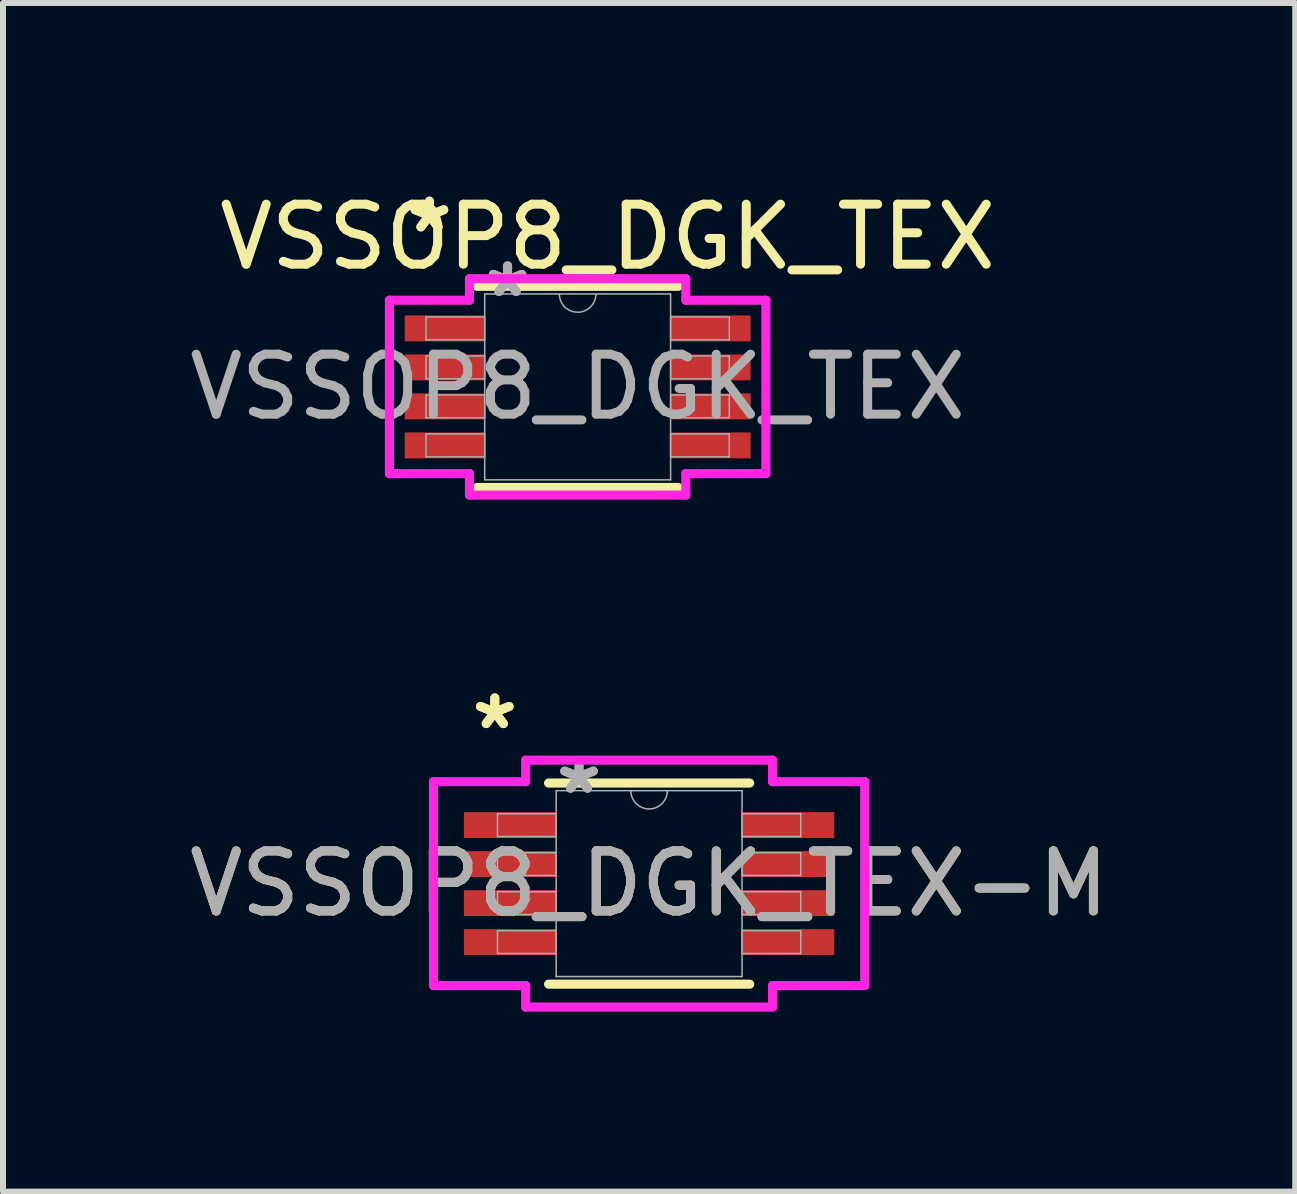
<source format=kicad_pcb>
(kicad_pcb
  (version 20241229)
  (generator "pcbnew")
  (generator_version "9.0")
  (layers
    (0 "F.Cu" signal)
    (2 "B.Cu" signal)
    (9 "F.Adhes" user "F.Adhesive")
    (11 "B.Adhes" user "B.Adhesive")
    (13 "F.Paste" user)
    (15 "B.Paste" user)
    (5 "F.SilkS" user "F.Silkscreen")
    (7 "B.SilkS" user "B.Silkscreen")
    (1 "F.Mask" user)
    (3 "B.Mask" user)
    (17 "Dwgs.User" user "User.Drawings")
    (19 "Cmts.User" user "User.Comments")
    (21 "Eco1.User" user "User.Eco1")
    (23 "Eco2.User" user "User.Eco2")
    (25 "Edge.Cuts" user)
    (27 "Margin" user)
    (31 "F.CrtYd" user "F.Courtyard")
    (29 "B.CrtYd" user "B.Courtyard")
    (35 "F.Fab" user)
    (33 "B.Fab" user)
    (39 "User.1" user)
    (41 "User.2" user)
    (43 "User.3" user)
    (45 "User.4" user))
  (footprint "VSSOP8_DGK_TEX-M"
    (layer "F.Cu")
    (at 7.768 11.676)
    (property "Reference" "VSSOP8_DGK_TEX-M" (at 0 0 0) (unlocked yes) (layer "F.SilkS") (effects (font (size 1 1) (thickness 0.15))))
    (attr smd)
    (fp_line (start -1.676 1.676) (end 1.676 1.676) (stroke (width 0.152) (type solid)) (layer "F.SilkS"))
    (fp_line (start 1.676 -1.676) (end -1.676 -1.676) (stroke (width 0.152) (type solid)) (layer "F.SilkS"))
    (fp_line (start -3.594 -1.699) (end -2.057 -1.699) (stroke (width 0.152) (type solid)) (layer "F.CrtYd"))
    (fp_line (start -3.594 1.699) (end -3.594 -1.699) (stroke (width 0.152) (type solid)) (layer "F.CrtYd"))
    (fp_line (start -3.594 1.699) (end -2.057 1.699) (stroke (width 0.152) (type solid)) (layer "F.CrtYd"))
    (fp_line (start -2.057 -2.057) (end 2.057 -2.057) (stroke (width 0.152) (type solid)) (layer "F.CrtYd"))
    (fp_line (start -2.057 -1.699) (end -2.057 -2.057) (stroke (width 0.152) (type solid)) (layer "F.CrtYd"))
    (fp_line (start -2.057 2.057) (end -2.057 1.699) (stroke (width 0.152) (type solid)) (layer "F.CrtYd"))
    (fp_line (start 2.057 -2.057) (end 2.057 -1.699) (stroke (width 0.152) (type solid)) (layer "F.CrtYd"))
    (fp_line (start 2.057 1.699) (end 2.057 2.057) (stroke (width 0.152) (type solid)) (layer "F.CrtYd"))
    (fp_line (start 2.057 2.057) (end -2.057 2.057) (stroke (width 0.152) (type solid)) (layer "F.CrtYd"))
    (fp_line (start 3.594 -1.699) (end 2.057 -1.699) (stroke (width 0.152) (type solid)) (layer "F.CrtYd"))
    (fp_line (start 3.594 -1.699) (end 3.594 1.699) (stroke (width 0.152) (type solid)) (layer "F.CrtYd"))
    (fp_line (start 3.594 1.699) (end 2.057 1.699) (stroke (width 0.152) (type solid)) (layer "F.CrtYd"))
    (fp_line (start -2.527 -1.165) (end -2.527 -0.784) (stroke (width 0.025) (type solid)) (layer "F.Fab"))
    (fp_line (start -2.527 -0.784) (end -1.549 -0.784) (stroke (width 0.025) (type solid)) (layer "F.Fab"))
    (fp_line (start -2.527 -0.515) (end -2.527 -0.135) (stroke (width 0.025) (type solid)) (layer "F.Fab"))
    (fp_line (start -2.527 -0.135) (end -1.549 -0.135) (stroke (width 0.025) (type solid)) (layer "F.Fab"))
    (fp_line (start -2.527 0.135) (end -2.527 0.515) (stroke (width 0.025) (type solid)) (layer "F.Fab"))
    (fp_line (start -2.527 0.515) (end -1.549 0.515) (stroke (width 0.025) (type solid)) (layer "F.Fab"))
    (fp_line (start -2.527 0.784) (end -2.527 1.165) (stroke (width 0.025) (type solid)) (layer "F.Fab"))
    (fp_line (start -2.527 1.165) (end -1.549 1.165) (stroke (width 0.025) (type solid)) (layer "F.Fab"))
    (fp_line (start -1.549 -1.549) (end -1.549 1.549) (stroke (width 0.025) (type solid)) (layer "F.Fab"))
    (fp_line (start -1.549 -1.165) (end -2.527 -1.165) (stroke (width 0.025) (type solid)) (layer "F.Fab"))
    (fp_line (start -1.549 -0.784) (end -1.549 -1.165) (stroke (width 0.025) (type solid)) (layer "F.Fab"))
    (fp_line (start -1.549 -0.515) (end -2.527 -0.515) (stroke (width 0.025) (type solid)) (layer "F.Fab"))
    (fp_line (start -1.549 -0.135) (end -1.549 -0.515) (stroke (width 0.025) (type solid)) (layer "F.Fab"))
    (fp_line (start -1.549 0.135) (end -2.527 0.135) (stroke (width 0.025) (type solid)) (layer "F.Fab"))
    (fp_line (start -1.549 0.515) (end -1.549 0.135) (stroke (width 0.025) (type solid)) (layer "F.Fab"))
    (fp_line (start -1.549 0.784) (end -2.527 0.784) (stroke (width 0.025) (type solid)) (layer "F.Fab"))
    (fp_line (start -1.549 1.165) (end -1.549 0.784) (stroke (width 0.025) (type solid)) (layer "F.Fab"))
    (fp_line (start -1.549 1.549) (end 1.549 1.549) (stroke (width 0.025) (type solid)) (layer "F.Fab"))
    (fp_line (start 1.549 -1.549) (end -1.549 -1.549) (stroke (width 0.025) (type solid)) (layer "F.Fab"))
    (fp_line (start 1.549 -1.165) (end 1.549 -0.784) (stroke (width 0.025) (type solid)) (layer "F.Fab"))
    (fp_line (start 1.549 -0.784) (end 2.527 -0.784) (stroke (width 0.025) (type solid)) (layer "F.Fab"))
    (fp_line (start 1.549 -0.515) (end 1.549 -0.135) (stroke (width 0.025) (type solid)) (layer "F.Fab"))
    (fp_line (start 1.549 -0.135) (end 2.527 -0.135) (stroke (width 0.025) (type solid)) (layer "F.Fab"))
    (fp_line (start 1.549 0.135) (end 1.549 0.515) (stroke (width 0.025) (type solid)) (layer "F.Fab"))
    (fp_line (start 1.549 0.515) (end 2.527 0.515) (stroke (width 0.025) (type solid)) (layer "F.Fab"))
    (fp_line (start 1.549 0.784) (end 1.549 1.165) (stroke (width 0.025) (type solid)) (layer "F.Fab"))
    (fp_line (start 1.549 1.165) (end 2.527 1.165) (stroke (width 0.025) (type solid)) (layer "F.Fab"))
    (fp_line (start 1.549 1.549) (end 1.549 -1.549) (stroke (width 0.025) (type solid)) (layer "F.Fab"))
    (fp_line (start 2.527 -1.165) (end 1.549 -1.165) (stroke (width 0.025) (type solid)) (layer "F.Fab"))
    (fp_line (start 2.527 -0.784) (end 2.527 -1.165) (stroke (width 0.025) (type solid)) (layer "F.Fab"))
    (fp_line (start 2.527 -0.515) (end 1.549 -0.515) (stroke (width 0.025) (type solid)) (layer "F.Fab"))
    (fp_line (start 2.527 -0.135) (end 2.527 -0.515) (stroke (width 0.025) (type solid)) (layer "F.Fab"))
    (fp_line (start 2.527 0.135) (end 1.549 0.135) (stroke (width 0.025) (type solid)) (layer "F.Fab"))
    (fp_line (start 2.527 0.515) (end 2.527 0.135) (stroke (width 0.025) (type solid)) (layer "F.Fab"))
    (fp_line (start 2.527 0.784) (end 1.549 0.784) (stroke (width 0.025) (type solid)) (layer "F.Fab"))
    (fp_line (start 2.527 1.165) (end 2.527 0.784) (stroke (width 0.025) (type solid)) (layer "F.Fab"))
    (fp_arc (start 0.3048 -1.5494) (mid 0 -1.2446) (end -0.3048 -1.5494) (stroke (width 0.0254) (type solid)) (layer "F.Fab"))
    (fp_text user "*" (at -2.572 -2.55 0) (layer "F.SilkS") (effects (font (size 1 1) (thickness 0.15))))
    (fp_text user "*" (at -2.572 -2.55 0) (unlocked yes) (layer "F.SilkS") (effects (font (size 1 1) (thickness 0.15))))
    (fp_text user "*" (at -1.168 -1.473 0) (layer "F.Fab") (effects (font (size 1 1) (thickness 0.15))))
    (fp_text user "${REFERENCE}" (at 0 0 0) (unlocked yes) (layer "F.Fab") (effects (font (size 1 1) (thickness 0.15))))
    (fp_text user "*" (at -1.168 -1.473 0) (unlocked yes) (layer "F.Fab") (effects (font (size 1 1) (thickness 0.15))))
    (pad "1" smd rect (at -2.318 -0.975) (size 1.537 0.432) (layers "F.Cu" "F.Mask" "F.Paste"))
    (pad "2" smd rect (at -2.318 -0.325) (size 1.537 0.432) (layers "F.Cu" "F.Mask" "F.Paste"))
    (pad "3" smd rect (at -2.318 0.325) (size 1.537 0.432) (layers "F.Cu" "F.Mask" "F.Paste"))
    (pad "4" smd rect (at -2.318 0.975) (size 1.537 0.432) (layers "F.Cu" "F.Mask" "F.Paste"))
    (pad "5" smd rect (at 2.318 0.975) (size 1.537 0.432) (layers "F.Cu" "F.Mask" "F.Paste"))
    (pad "6" smd rect (at 2.318 0.325) (size 1.537 0.432) (layers "F.Cu" "F.Mask" "F.Paste"))
    (pad "7" smd rect (at 2.318 -0.325) (size 1.537 0.432) (layers "F.Cu" "F.Mask" "F.Paste"))
    (pad "8" smd rect (at 2.318 -0.975) (size 1.537 0.432) (layers "F.Cu" "F.Mask" "F.Paste")))
  (footprint "VSSOP8_DGK_TEX"
    (layer "F.Cu")
    (at 6.577 3.398)
    (property "Reference" "VSSOP8_DGK_TEX" (at 0.5 -2.5 0) (unlocked yes) (layer "F.SilkS") (effects (font (size 1 1) (thickness 0.15))))
    (attr smd)
    (fp_line (start -1.676 1.676) (end 1.676 1.676) (stroke (width 0.152) (type solid)) (layer "F.SilkS"))
    (fp_line (start 1.676 -1.676) (end -1.676 -1.676) (stroke (width 0.152) (type solid)) (layer "F.SilkS"))
    (fp_line (start -3.137 -1.445) (end -1.803 -1.445) (stroke (width 0.152) (type solid)) (layer "F.CrtYd"))
    (fp_line (start -3.137 1.445) (end -3.137 -1.445) (stroke (width 0.152) (type solid)) (layer "F.CrtYd"))
    (fp_line (start -3.137 1.445) (end -1.803 1.445) (stroke (width 0.152) (type solid)) (layer "F.CrtYd"))
    (fp_line (start -1.803 -1.803) (end 1.803 -1.803) (stroke (width 0.152) (type solid)) (layer "F.CrtYd"))
    (fp_line (start -1.803 -1.445) (end -1.803 -1.803) (stroke (width 0.152) (type solid)) (layer "F.CrtYd"))
    (fp_line (start -1.803 1.803) (end -1.803 1.445) (stroke (width 0.152) (type solid)) (layer "F.CrtYd"))
    (fp_line (start 1.803 -1.803) (end 1.803 -1.445) (stroke (width 0.152) (type solid)) (layer "F.CrtYd"))
    (fp_line (start 1.803 1.445) (end 1.803 1.803) (stroke (width 0.152) (type solid)) (layer "F.CrtYd"))
    (fp_line (start 1.803 1.803) (end -1.803 1.803) (stroke (width 0.152) (type solid)) (layer "F.CrtYd"))
    (fp_line (start 3.137 -1.445) (end 1.803 -1.445) (stroke (width 0.152) (type solid)) (layer "F.CrtYd"))
    (fp_line (start 3.137 -1.445) (end 3.137 1.445) (stroke (width 0.152) (type solid)) (layer "F.CrtYd"))
    (fp_line (start 3.137 1.445) (end 1.803 1.445) (stroke (width 0.152) (type solid)) (layer "F.CrtYd"))
    (fp_line (start -2.527 -1.165) (end -2.527 -0.784) (stroke (width 0.025) (type solid)) (layer "F.Fab"))
    (fp_line (start -2.527 -0.784) (end -1.549 -0.784) (stroke (width 0.025) (type solid)) (layer "F.Fab"))
    (fp_line (start -2.527 -0.515) (end -2.527 -0.135) (stroke (width 0.025) (type solid)) (layer "F.Fab"))
    (fp_line (start -2.527 -0.135) (end -1.549 -0.135) (stroke (width 0.025) (type solid)) (layer "F.Fab"))
    (fp_line (start -2.527 0.135) (end -2.527 0.515) (stroke (width 0.025) (type solid)) (layer "F.Fab"))
    (fp_line (start -2.527 0.515) (end -1.549 0.515) (stroke (width 0.025) (type solid)) (layer "F.Fab"))
    (fp_line (start -2.527 0.784) (end -2.527 1.165) (stroke (width 0.025) (type solid)) (layer "F.Fab"))
    (fp_line (start -2.527 1.165) (end -1.549 1.165) (stroke (width 0.025) (type solid)) (layer "F.Fab"))
    (fp_line (start -1.549 -1.549) (end -1.549 1.549) (stroke (width 0.025) (type solid)) (layer "F.Fab"))
    (fp_line (start -1.549 -1.165) (end -2.527 -1.165) (stroke (width 0.025) (type solid)) (layer "F.Fab"))
    (fp_line (start -1.549 -0.784) (end -1.549 -1.165) (stroke (width 0.025) (type solid)) (layer "F.Fab"))
    (fp_line (start -1.549 -0.515) (end -2.527 -0.515) (stroke (width 0.025) (type solid)) (layer "F.Fab"))
    (fp_line (start -1.549 -0.135) (end -1.549 -0.515) (stroke (width 0.025) (type solid)) (layer "F.Fab"))
    (fp_line (start -1.549 0.135) (end -2.527 0.135) (stroke (width 0.025) (type solid)) (layer "F.Fab"))
    (fp_line (start -1.549 0.515) (end -1.549 0.135) (stroke (width 0.025) (type solid)) (layer "F.Fab"))
    (fp_line (start -1.549 0.784) (end -2.527 0.784) (stroke (width 0.025) (type solid)) (layer "F.Fab"))
    (fp_line (start -1.549 1.165) (end -1.549 0.784) (stroke (width 0.025) (type solid)) (layer "F.Fab"))
    (fp_line (start -1.549 1.549) (end 1.549 1.549) (stroke (width 0.025) (type solid)) (layer "F.Fab"))
    (fp_line (start 1.549 -1.549) (end -1.549 -1.549) (stroke (width 0.025) (type solid)) (layer "F.Fab"))
    (fp_line (start 1.549 -1.165) (end 1.549 -0.784) (stroke (width 0.025) (type solid)) (layer "F.Fab"))
    (fp_line (start 1.549 -0.784) (end 2.527 -0.784) (stroke (width 0.025) (type solid)) (layer "F.Fab"))
    (fp_line (start 1.549 -0.515) (end 1.549 -0.135) (stroke (width 0.025) (type solid)) (layer "F.Fab"))
    (fp_line (start 1.549 -0.135) (end 2.527 -0.135) (stroke (width 0.025) (type solid)) (layer "F.Fab"))
    (fp_line (start 1.549 0.135) (end 1.549 0.515) (stroke (width 0.025) (type solid)) (layer "F.Fab"))
    (fp_line (start 1.549 0.515) (end 2.527 0.515) (stroke (width 0.025) (type solid)) (layer "F.Fab"))
    (fp_line (start 1.549 0.784) (end 1.549 1.165) (stroke (width 0.025) (type solid)) (layer "F.Fab"))
    (fp_line (start 1.549 1.165) (end 2.527 1.165) (stroke (width 0.025) (type solid)) (layer "F.Fab"))
    (fp_line (start 1.549 1.549) (end 1.549 -1.549) (stroke (width 0.025) (type solid)) (layer "F.Fab"))
    (fp_line (start 2.527 -1.165) (end 1.549 -1.165) (stroke (width 0.025) (type solid)) (layer "F.Fab"))
    (fp_line (start 2.527 -0.784) (end 2.527 -1.165) (stroke (width 0.025) (type solid)) (layer "F.Fab"))
    (fp_line (start 2.527 -0.515) (end 1.549 -0.515) (stroke (width 0.025) (type solid)) (layer "F.Fab"))
    (fp_line (start 2.527 -0.135) (end 2.527 -0.515) (stroke (width 0.025) (type solid)) (layer "F.Fab"))
    (fp_line (start 2.527 0.135) (end 1.549 0.135) (stroke (width 0.025) (type solid)) (layer "F.Fab"))
    (fp_line (start 2.527 0.515) (end 2.527 0.135) (stroke (width 0.025) (type solid)) (layer "F.Fab"))
    (fp_line (start 2.527 0.784) (end 1.549 0.784) (stroke (width 0.025) (type solid)) (layer "F.Fab"))
    (fp_line (start 2.527 1.165) (end 2.527 0.784) (stroke (width 0.025) (type solid)) (layer "F.Fab"))
    (fp_arc (start 0.3048 -1.5494) (mid 0 -1.2446) (end -0.3048 -1.5494) (stroke (width 0.0254) (type solid)) (layer "F.Fab"))
    (fp_text user "*" (at -2.47 -2.55 0) (layer "F.SilkS") (effects (font (size 1 1) (thickness 0.15))))
    (fp_text user "*" (at -2.47 -2.55 0) (unlocked yes) (layer "F.SilkS") (effects (font (size 1 1) (thickness 0.15))))
    (fp_text user "${REFERENCE}" (at 0 0 0) (unlocked yes) (layer "F.Fab") (effects (font (size 1 1) (thickness 0.15))))
    (fp_text user "*" (at -1.168 -1.473 0) (layer "F.Fab") (effects (font (size 1 1) (thickness 0.15))))
    (fp_text user "*" (at -1.168 -1.473 0) (unlocked yes) (layer "F.Fab") (effects (font (size 1 1) (thickness 0.15))))
    (pad "1" smd rect (at -2.216 -0.975) (size 1.333 0.432) (layers "F.Cu" "F.Mask" "F.Paste"))
    (pad "2" smd rect (at -2.216 -0.325) (size 1.333 0.432) (layers "F.Cu" "F.Mask" "F.Paste"))
    (pad "3" smd rect (at -2.216 0.325) (size 1.333 0.432) (layers "F.Cu" "F.Mask" "F.Paste"))
    (pad "4" smd rect (at -2.216 0.975) (size 1.333 0.432) (layers "F.Cu" "F.Mask" "F.Paste"))
    (pad "5" smd rect (at 2.216 0.975) (size 1.333 0.432) (layers "F.Cu" "F.Mask" "F.Paste"))
    (pad "6" smd rect (at 2.216 0.325) (size 1.333 0.432) (layers "F.Cu" "F.Mask" "F.Paste"))
    (pad "7" smd rect (at 2.216 -0.325) (size 1.333 0.432) (layers "F.Cu" "F.Mask" "F.Paste"))
    (pad "8" smd rect (at 2.216 -0.975) (size 1.333 0.432) (layers "F.Cu" "F.Mask" "F.Paste")))
  (gr_rect
    (start -3 -3)
    (end 18.536 16.809)
    (stroke (width 0.1) (type default))
    (fill no)
    (layer "Edge.Cuts")))
</source>
